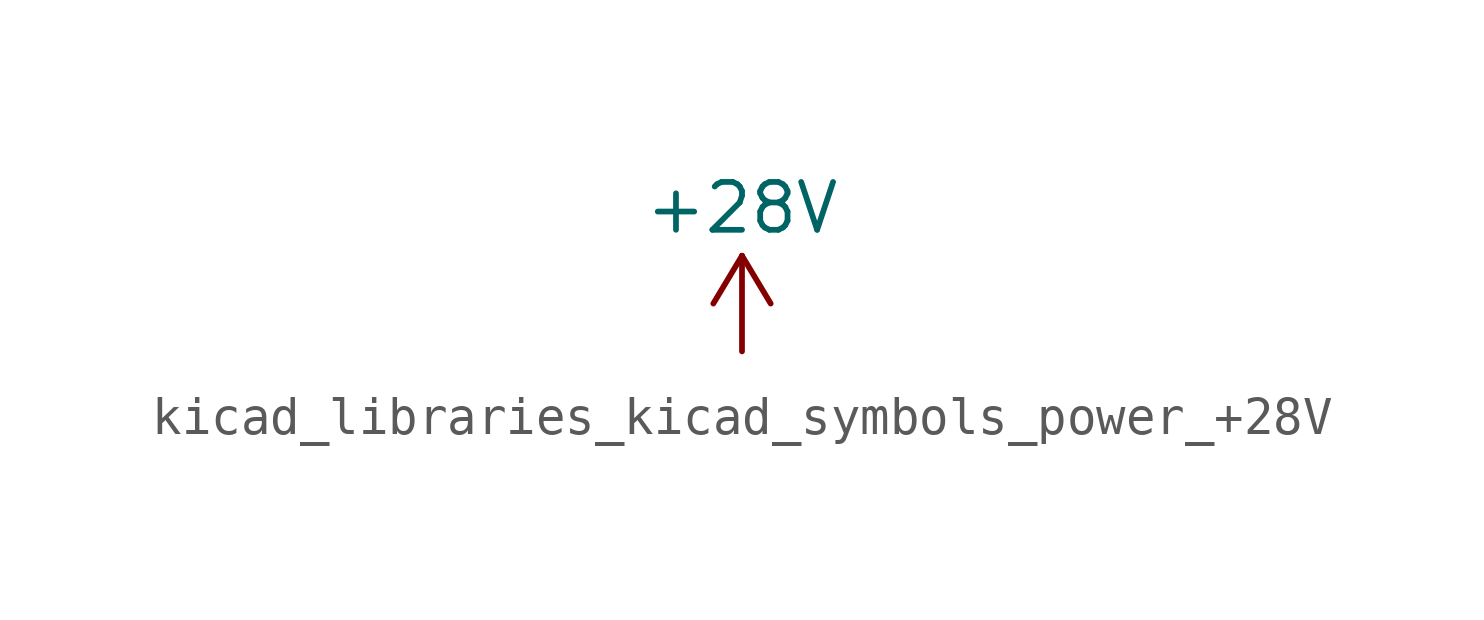
<source format=kicad_sym>
(kicad_symbol_lib
  (version 20220914)
  (generator kicad_symbol_editor)
  (symbol "kicad_libraries_kicad_symbols_power_+28V"
    (power)
    (pin_names
      (offset 0))
    (property "Reference" "#PWR"
      (at 0 -3.81 0)
      (effects (font (size 1.27 1.27)) hide))
    (property "Value" "+28V"
      (at 0 3.81 0)
      (effects (font (size 1.27 1.27))))
    (symbol "kicad_libraries_kicad_symbols_power_+28V_0_1"
      (polyline (pts (xy -0.762 1.27) (xy 0 2.54)) (stroke (width 0) (type default)) (fill (type none)))
      (polyline (pts (xy 0 0) (xy 0 2.54)) (stroke (width 0) (type default)) (fill (type none)))
      (polyline (pts (xy 0 2.54) (xy 0.762 1.27)) (stroke (width 0) (type default)) (fill (type none))))
    (symbol "kicad_libraries_kicad_symbols_power_+28V_1_1"
      (pin power_in line (at 0 0 90) (length 0) hide (name "+28V" (effects (font (size 1.27 1.27)))) (number "1" (effects (font (size 1.27 1.27))))))))
</source>
